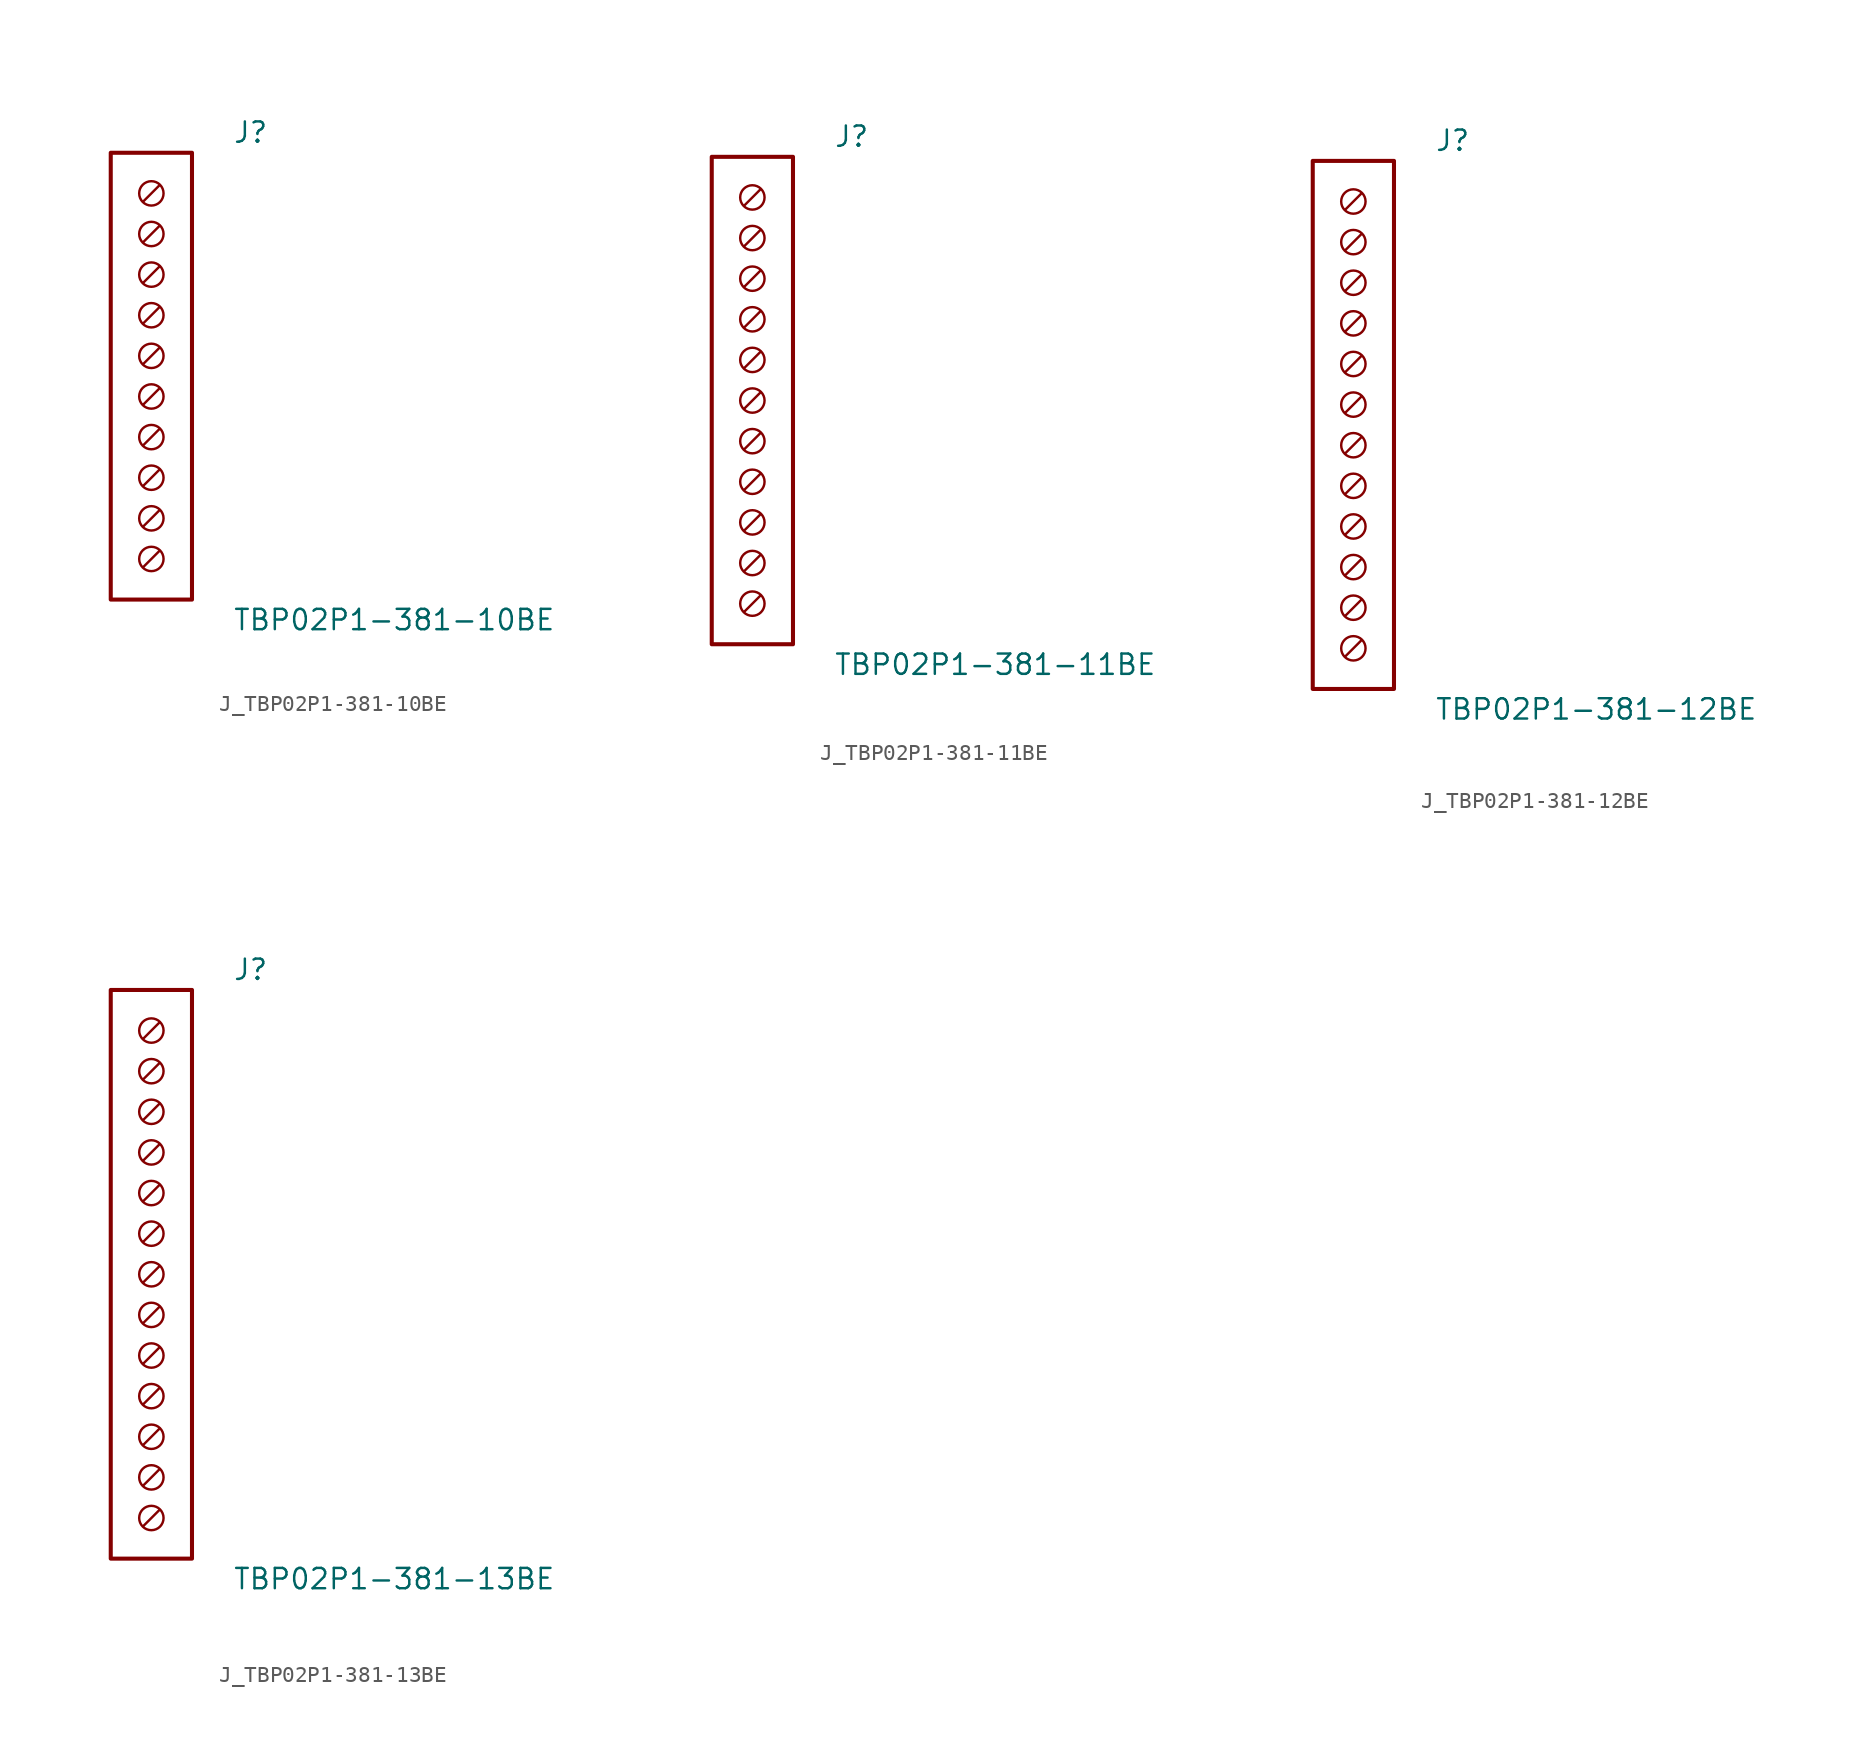
<source format=kicad_sym>
(kicad_symbol_lib
  (version 20231120)
  (generator kicad_symbol_editor)
  (generator_version 8.0)
  (symbol "J_TBP02P1-381-10BE"
    (pin_names
      (offset 0.254))
    (property "Reference" "J"
      (at 5.08 15.24 0)
      (effects (font (size 1.27 1.27)) (justify left)))
    (property "Value" "TBP02P1-381-10BE"
      (at 5.08 -15.24 0)
      (effects (font (size 1.27 1.27)) (justify left)))
    (symbol "J_TBP02P1-381-10BE_0_0"
      (circle (center 0 11.43) (radius 0.762) (stroke (width 0) (type default)) (fill (type none)))
      (polyline (pts (xy 0.508 11.938) (xy -0.508 10.922)) (stroke (width 0) (type default)) (fill (type none)))
      (circle (center 0 8.89) (radius 0.762) (stroke (width 0) (type default)) (fill (type none)))
      (polyline (pts (xy 0.508 9.398) (xy -0.508 8.382)) (stroke (width 0) (type default)) (fill (type none)))
      (circle (center 0 6.35) (radius 0.762) (stroke (width 0) (type default)) (fill (type none)))
      (polyline (pts (xy 0.508 6.858) (xy -0.508 5.842)) (stroke (width 0) (type default)) (fill (type none)))
      (circle (center 0 3.81) (radius 0.762) (stroke (width 0) (type default)) (fill (type none)))
      (polyline (pts (xy 0.508 4.318) (xy -0.508 3.302)) (stroke (width 0) (type default)) (fill (type none)))
      (circle (center 0 1.27) (radius 0.762) (stroke (width 0) (type default)) (fill (type none)))
      (polyline (pts (xy 0.508 1.778) (xy -0.508 0.762)) (stroke (width 0) (type default)) (fill (type none)))
      (circle (center 0 -1.27) (radius 0.762) (stroke (width 0) (type default)) (fill (type none)))
      (polyline (pts (xy 0.508 -0.762) (xy -0.508 -1.778)) (stroke (width 0) (type default)) (fill (type none)))
      (circle (center 0 -3.81) (radius 0.762) (stroke (width 0) (type default)) (fill (type none)))
      (polyline (pts (xy 0.508 -3.302) (xy -0.508 -4.318)) (stroke (width 0) (type default)) (fill (type none)))
      (circle (center 0 -6.35) (radius 0.762) (stroke (width 0) (type default)) (fill (type none)))
      (polyline (pts (xy 0.508 -5.842) (xy -0.508 -6.858)) (stroke (width 0) (type default)) (fill (type none)))
      (circle (center 0 -8.89) (radius 0.762) (stroke (width 0) (type default)) (fill (type none)))
      (polyline (pts (xy 0.508 -8.382) (xy -0.508 -9.398)) (stroke (width 0) (type default)) (fill (type none)))
      (circle (center 0 -11.43) (radius 0.762) (stroke (width 0) (type default)) (fill (type none)))
      (polyline (pts (xy 0.508 -10.922) (xy -0.508 -11.938)) (stroke (width 0) (type default)) (fill (type none))))
    (symbol "J_TBP02P1-381-10BE_1_0"
      (rectangle (start -2.54 13.97) (end 2.54 -13.97) (stroke (width 0.254) (type solid)) (fill (type none)))))
  (symbol "J_TBP02P1-381-11BE"
    (pin_names
      (offset 0.254))
    (property "Reference" "J"
      (at 5.08 16.51 0)
      (effects (font (size 1.27 1.27)) (justify left)))
    (property "Value" "TBP02P1-381-11BE"
      (at 5.08 -16.51 0)
      (effects (font (size 1.27 1.27)) (justify left)))
    (symbol "J_TBP02P1-381-11BE_0_0"
      (circle (center 0 12.7) (radius 0.762) (stroke (width 0) (type default)) (fill (type none)))
      (polyline (pts (xy 0.508 13.208) (xy -0.508 12.192)) (stroke (width 0) (type default)) (fill (type none)))
      (circle (center 0 10.16) (radius 0.762) (stroke (width 0) (type default)) (fill (type none)))
      (polyline (pts (xy 0.508 10.668) (xy -0.508 9.652)) (stroke (width 0) (type default)) (fill (type none)))
      (circle (center 0 7.62) (radius 0.762) (stroke (width 0) (type default)) (fill (type none)))
      (polyline (pts (xy 0.508 8.128) (xy -0.508 7.112)) (stroke (width 0) (type default)) (fill (type none)))
      (circle (center 0 5.08) (radius 0.762) (stroke (width 0) (type default)) (fill (type none)))
      (polyline (pts (xy 0.508 5.588) (xy -0.508 4.572)) (stroke (width 0) (type default)) (fill (type none)))
      (circle (center 0 2.54) (radius 0.762) (stroke (width 0) (type default)) (fill (type none)))
      (polyline (pts (xy 0.508 3.048) (xy -0.508 2.032)) (stroke (width 0) (type default)) (fill (type none)))
      (circle (center 0 0.0) (radius 0.762) (stroke (width 0) (type default)) (fill (type none)))
      (polyline (pts (xy 0.508 0.508) (xy -0.508 -0.508)) (stroke (width 0) (type default)) (fill (type none)))
      (circle (center 0 -2.54) (radius 0.762) (stroke (width 0) (type default)) (fill (type none)))
      (polyline (pts (xy 0.508 -2.032) (xy -0.508 -3.048)) (stroke (width 0) (type default)) (fill (type none)))
      (circle (center 0 -5.08) (radius 0.762) (stroke (width 0) (type default)) (fill (type none)))
      (polyline (pts (xy 0.508 -4.572) (xy -0.508 -5.588)) (stroke (width 0) (type default)) (fill (type none)))
      (circle (center 0 -7.62) (radius 0.762) (stroke (width 0) (type default)) (fill (type none)))
      (polyline (pts (xy 0.508 -7.112) (xy -0.508 -8.128)) (stroke (width 0) (type default)) (fill (type none)))
      (circle (center 0 -10.16) (radius 0.762) (stroke (width 0) (type default)) (fill (type none)))
      (polyline (pts (xy 0.508 -9.652) (xy -0.508 -10.668)) (stroke (width 0) (type default)) (fill (type none)))
      (circle (center 0 -12.7) (radius 0.762) (stroke (width 0) (type default)) (fill (type none)))
      (polyline (pts (xy 0.508 -12.192) (xy -0.508 -13.208)) (stroke (width 0) (type default)) (fill (type none))))
    (symbol "J_TBP02P1-381-11BE_1_0"
      (rectangle (start -2.54 15.24) (end 2.54 -15.24) (stroke (width 0.254) (type solid)) (fill (type none)))))
  (symbol "J_TBP02P1-381-12BE"
    (pin_names
      (offset 0.254))
    (property "Reference" "J"
      (at 5.08 17.78 0)
      (effects (font (size 1.27 1.27)) (justify left)))
    (property "Value" "TBP02P1-381-12BE"
      (at 5.08 -17.78 0)
      (effects (font (size 1.27 1.27)) (justify left)))
    (symbol "J_TBP02P1-381-12BE_0_0"
      (circle (center 0 13.97) (radius 0.762) (stroke (width 0) (type default)) (fill (type none)))
      (polyline (pts (xy 0.508 14.478) (xy -0.508 13.462)) (stroke (width 0) (type default)) (fill (type none)))
      (circle (center 0 11.43) (radius 0.762) (stroke (width 0) (type default)) (fill (type none)))
      (polyline (pts (xy 0.508 11.938) (xy -0.508 10.922)) (stroke (width 0) (type default)) (fill (type none)))
      (circle (center 0 8.89) (radius 0.762) (stroke (width 0) (type default)) (fill (type none)))
      (polyline (pts (xy 0.508 9.398) (xy -0.508 8.382)) (stroke (width 0) (type default)) (fill (type none)))
      (circle (center 0 6.35) (radius 0.762) (stroke (width 0) (type default)) (fill (type none)))
      (polyline (pts (xy 0.508 6.858) (xy -0.508 5.842)) (stroke (width 0) (type default)) (fill (type none)))
      (circle (center 0 3.81) (radius 0.762) (stroke (width 0) (type default)) (fill (type none)))
      (polyline (pts (xy 0.508 4.318) (xy -0.508 3.302)) (stroke (width 0) (type default)) (fill (type none)))
      (circle (center 0 1.27) (radius 0.762) (stroke (width 0) (type default)) (fill (type none)))
      (polyline (pts (xy 0.508 1.778) (xy -0.508 0.762)) (stroke (width 0) (type default)) (fill (type none)))
      (circle (center 0 -1.27) (radius 0.762) (stroke (width 0) (type default)) (fill (type none)))
      (polyline (pts (xy 0.508 -0.762) (xy -0.508 -1.778)) (stroke (width 0) (type default)) (fill (type none)))
      (circle (center 0 -3.81) (radius 0.762) (stroke (width 0) (type default)) (fill (type none)))
      (polyline (pts (xy 0.508 -3.302) (xy -0.508 -4.318)) (stroke (width 0) (type default)) (fill (type none)))
      (circle (center 0 -6.35) (radius 0.762) (stroke (width 0) (type default)) (fill (type none)))
      (polyline (pts (xy 0.508 -5.842) (xy -0.508 -6.858)) (stroke (width 0) (type default)) (fill (type none)))
      (circle (center 0 -8.89) (radius 0.762) (stroke (width 0) (type default)) (fill (type none)))
      (polyline (pts (xy 0.508 -8.382) (xy -0.508 -9.398)) (stroke (width 0) (type default)) (fill (type none)))
      (circle (center 0 -11.43) (radius 0.762) (stroke (width 0) (type default)) (fill (type none)))
      (polyline (pts (xy 0.508 -10.922) (xy -0.508 -11.938)) (stroke (width 0) (type default)) (fill (type none)))
      (circle (center 0 -13.97) (radius 0.762) (stroke (width 0) (type default)) (fill (type none)))
      (polyline (pts (xy 0.508 -13.462) (xy -0.508 -14.478)) (stroke (width 0) (type default)) (fill (type none))))
    (symbol "J_TBP02P1-381-12BE_1_0"
      (rectangle (start -2.54 16.51) (end 2.54 -16.51) (stroke (width 0.254) (type solid)) (fill (type none)))))
  (symbol "J_TBP02P1-381-13BE"
    (pin_names
      (offset 0.254))
    (property "Reference" "J"
      (at 5.08 19.05 0)
      (effects (font (size 1.27 1.27)) (justify left)))
    (property "Value" "TBP02P1-381-13BE"
      (at 5.08 -19.05 0)
      (effects (font (size 1.27 1.27)) (justify left)))
    (symbol "J_TBP02P1-381-13BE_0_0"
      (circle (center 0 15.24) (radius 0.762) (stroke (width 0) (type default)) (fill (type none)))
      (polyline (pts (xy 0.508 15.748) (xy -0.508 14.732)) (stroke (width 0) (type default)) (fill (type none)))
      (circle (center 0 12.7) (radius 0.762) (stroke (width 0) (type default)) (fill (type none)))
      (polyline (pts (xy 0.508 13.208) (xy -0.508 12.192)) (stroke (width 0) (type default)) (fill (type none)))
      (circle (center 0 10.16) (radius 0.762) (stroke (width 0) (type default)) (fill (type none)))
      (polyline (pts (xy 0.508 10.668) (xy -0.508 9.652)) (stroke (width 0) (type default)) (fill (type none)))
      (circle (center 0 7.62) (radius 0.762) (stroke (width 0) (type default)) (fill (type none)))
      (polyline (pts (xy 0.508 8.128) (xy -0.508 7.112)) (stroke (width 0) (type default)) (fill (type none)))
      (circle (center 0 5.08) (radius 0.762) (stroke (width 0) (type default)) (fill (type none)))
      (polyline (pts (xy 0.508 5.588) (xy -0.508 4.572)) (stroke (width 0) (type default)) (fill (type none)))
      (circle (center 0 2.54) (radius 0.762) (stroke (width 0) (type default)) (fill (type none)))
      (polyline (pts (xy 0.508 3.048) (xy -0.508 2.032)) (stroke (width 0) (type default)) (fill (type none)))
      (circle (center 0 0.0) (radius 0.762) (stroke (width 0) (type default)) (fill (type none)))
      (polyline (pts (xy 0.508 0.508) (xy -0.508 -0.508)) (stroke (width 0) (type default)) (fill (type none)))
      (circle (center 0 -2.54) (radius 0.762) (stroke (width 0) (type default)) (fill (type none)))
      (polyline (pts (xy 0.508 -2.032) (xy -0.508 -3.048)) (stroke (width 0) (type default)) (fill (type none)))
      (circle (center 0 -5.08) (radius 0.762) (stroke (width 0) (type default)) (fill (type none)))
      (polyline (pts (xy 0.508 -4.572) (xy -0.508 -5.588)) (stroke (width 0) (type default)) (fill (type none)))
      (circle (center 0 -7.62) (radius 0.762) (stroke (width 0) (type default)) (fill (type none)))
      (polyline (pts (xy 0.508 -7.112) (xy -0.508 -8.128)) (stroke (width 0) (type default)) (fill (type none)))
      (circle (center 0 -10.16) (radius 0.762) (stroke (width 0) (type default)) (fill (type none)))
      (polyline (pts (xy 0.508 -9.652) (xy -0.508 -10.668)) (stroke (width 0) (type default)) (fill (type none)))
      (circle (center 0 -12.7) (radius 0.762) (stroke (width 0) (type default)) (fill (type none)))
      (polyline (pts (xy 0.508 -12.192) (xy -0.508 -13.208)) (stroke (width 0) (type default)) (fill (type none)))
      (circle (center 0 -15.24) (radius 0.762) (stroke (width 0) (type default)) (fill (type none)))
      (polyline (pts (xy 0.508 -14.732) (xy -0.508 -15.748)) (stroke (width 0) (type default)) (fill (type none))))
    (symbol "J_TBP02P1-381-13BE_1_0"
      (rectangle (start -2.54 17.78) (end 2.54 -17.78) (stroke (width 0.254) (type solid)) (fill (type none))))))
</source>
